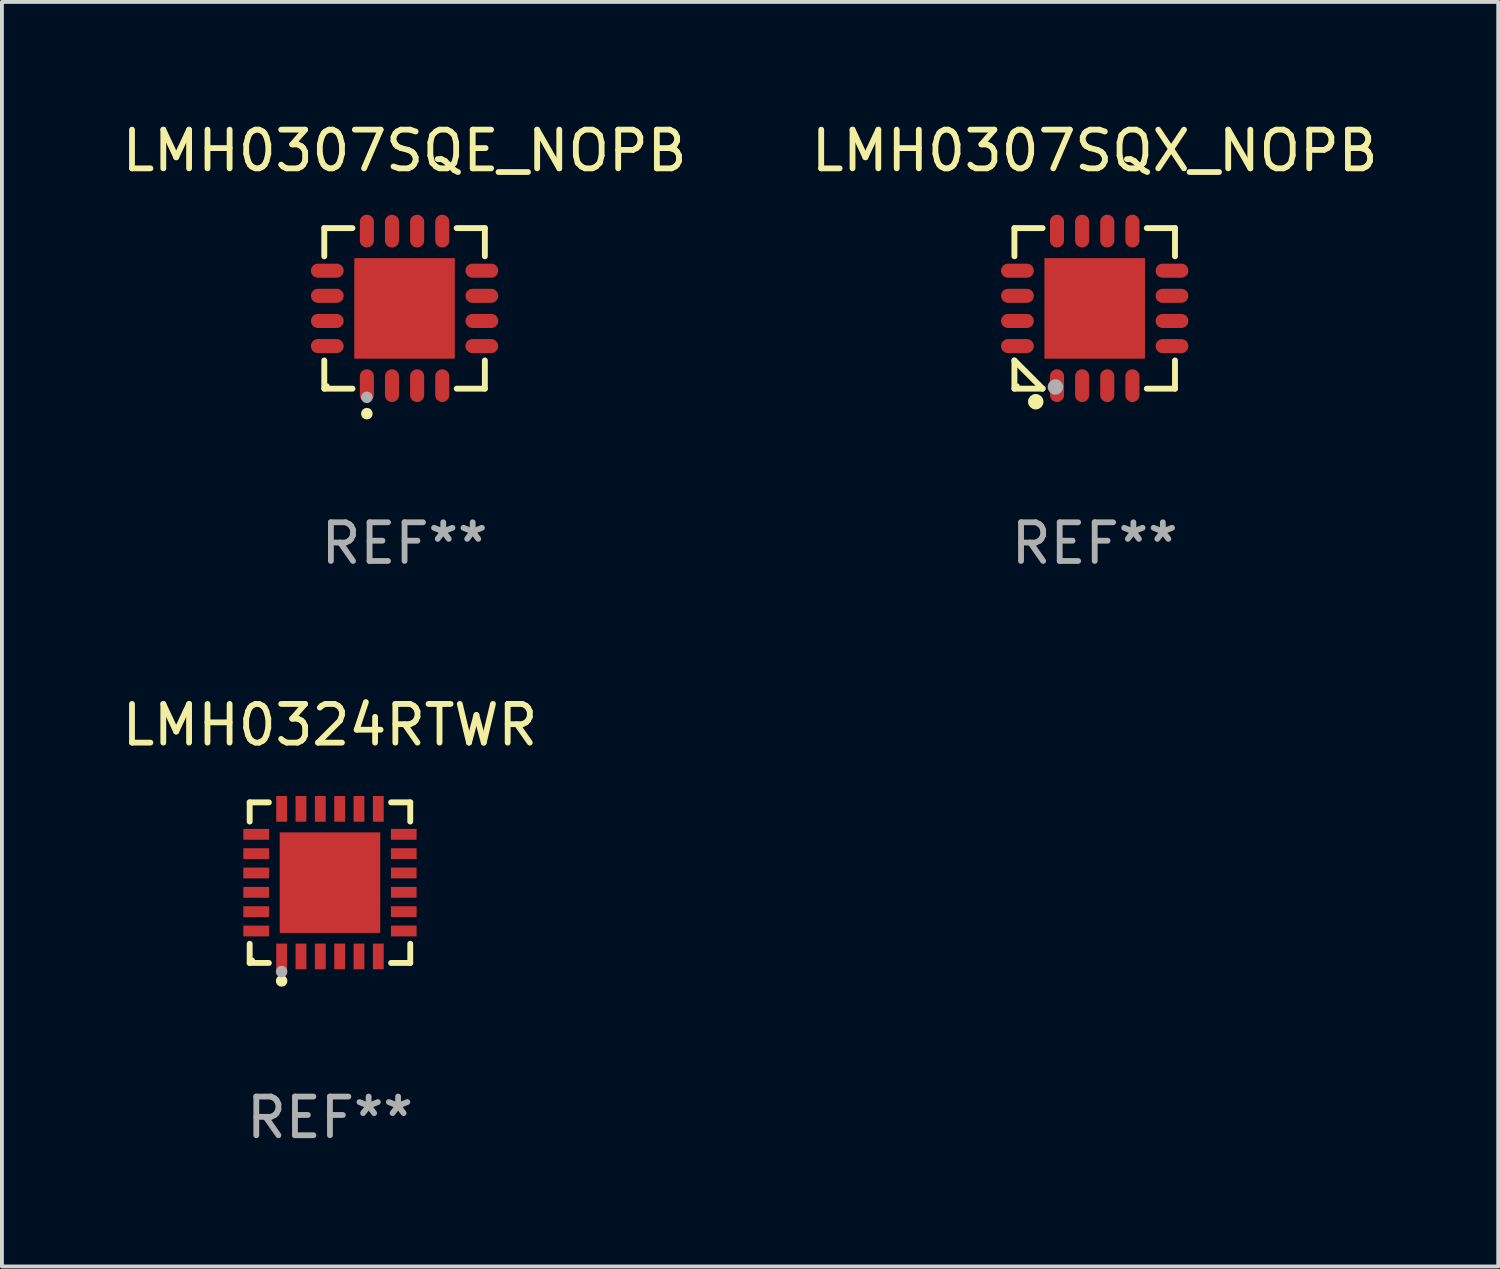
<source format=kicad_pcb>
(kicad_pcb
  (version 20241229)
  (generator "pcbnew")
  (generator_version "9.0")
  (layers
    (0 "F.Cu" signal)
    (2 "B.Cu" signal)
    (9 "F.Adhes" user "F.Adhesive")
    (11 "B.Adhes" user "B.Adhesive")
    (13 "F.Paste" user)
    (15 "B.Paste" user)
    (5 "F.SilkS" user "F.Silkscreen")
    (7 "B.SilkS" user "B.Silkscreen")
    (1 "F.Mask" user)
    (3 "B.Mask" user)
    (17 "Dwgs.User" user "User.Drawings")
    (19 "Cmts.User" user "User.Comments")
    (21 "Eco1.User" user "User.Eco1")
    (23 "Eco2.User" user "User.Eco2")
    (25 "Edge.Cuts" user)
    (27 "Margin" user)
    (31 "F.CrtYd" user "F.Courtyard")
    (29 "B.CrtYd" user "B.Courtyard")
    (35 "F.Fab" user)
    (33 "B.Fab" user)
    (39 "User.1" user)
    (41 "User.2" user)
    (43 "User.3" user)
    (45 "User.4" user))
  (footprint "LMH0307SQX_NOPB"
    (layer "F.Cu")
    (at 25.256 4.924)
    (property "Reference" "LMH0307SQX_NOPB" (at 0 -4.076 0) (layer "F.SilkS") (effects (font (size 1 1) (thickness 0.15))))
    (attr through_hole)
    (fp_line (start -2.076 -2.076) (end -1.347 -2.076) (stroke (width 0.152) (type solid)) (layer "F.SilkS"))
    (fp_line (start -2.076 -1.347) (end -2.076 -2.076) (stroke (width 0.152) (type solid)) (layer "F.SilkS"))
    (fp_line (start -2.076 1.347) (end -2.076 2.076) (stroke (width 0.152) (type solid)) (layer "F.SilkS"))
    (fp_line (start -2.076 2.076) (end -1.347 2.076) (stroke (width 0.152) (type solid)) (layer "F.SilkS"))
    (fp_line (start -1.347 2.076) (end -2.076 1.347) (stroke (width 0.152) (type solid)) (layer "F.SilkS"))
    (fp_line (start 2.076 -2.076) (end 1.347 -2.076) (stroke (width 0.152) (type solid)) (layer "F.SilkS"))
    (fp_line (start 2.076 -1.347) (end 2.076 -2.076) (stroke (width 0.152) (type solid)) (layer "F.SilkS"))
    (fp_line (start 2.076 1.347) (end 2.076 2.076) (stroke (width 0.152) (type solid)) (layer "F.SilkS"))
    (fp_line (start 2.076 2.076) (end 1.347 2.076) (stroke (width 0.152) (type solid)) (layer "F.SilkS"))
    (fp_circle (center -2 2) (end -1.97 2) (stroke (width 0.06) (type solid)) (fill no) (layer "F.SilkS"))
    (fp_circle (center -1.524 2.413) (end -1.424 2.413) (stroke (width 0.2) (type solid)) (fill no) (layer "F.SilkS"))
    (fp_circle (center -1.016 2.032) (end -0.916 2.032) (stroke (width 0.2) (type solid)) (fill no) (layer "F.Fab"))
    (fp_text user "REF**" (at 0 6.076 0) (layer "F.Fab") (effects (font (size 1 1) (thickness 0.15))))
    (pad "1" smd oval (at -0.975 1.998) (size 0.364 0.847) (layers "F.Cu" "F.Mask" "F.Paste"))
    (pad "2" smd oval (at -0.325 1.998) (size 0.364 0.847) (layers "F.Cu" "F.Mask" "F.Paste"))
    (pad "3" smd oval (at 0.325 1.998) (size 0.364 0.847) (layers "F.Cu" "F.Mask" "F.Paste"))
    (pad "4" smd oval (at 0.975 1.998) (size 0.364 0.847) (layers "F.Cu" "F.Mask" "F.Paste"))
    (pad "5" smd oval (at 1.998 0.975) (size 0.847 0.364) (layers "F.Cu" "F.Mask" "F.Paste"))
    (pad "6" smd oval (at 1.998 0.325) (size 0.847 0.364) (layers "F.Cu" "F.Mask" "F.Paste"))
    (pad "7" smd oval (at 1.998 -0.325) (size 0.847 0.364) (layers "F.Cu" "F.Mask" "F.Paste"))
    (pad "8" smd oval (at 1.998 -0.975) (size 0.847 0.364) (layers "F.Cu" "F.Mask" "F.Paste"))
    (pad "9" smd oval (at 0.975 -1.999) (size 0.364 0.847) (layers "F.Cu" "F.Mask" "F.Paste"))
    (pad "10" smd oval (at 0.325 -1.999) (size 0.364 0.847) (layers "F.Cu" "F.Mask" "F.Paste"))
    (pad "11" smd oval (at -0.325 -1.999) (size 0.364 0.847) (layers "F.Cu" "F.Mask" "F.Paste"))
    (pad "12" smd oval (at -0.975 -1.999) (size 0.364 0.847) (layers "F.Cu" "F.Mask" "F.Paste"))
    (pad "13" smd oval (at -1.998 -0.975) (size 0.847 0.364) (layers "F.Cu" "F.Mask" "F.Paste"))
    (pad "14" smd oval (at -1.998 -0.325) (size 0.847 0.364) (layers "F.Cu" "F.Mask" "F.Paste"))
    (pad "15" smd oval (at -1.998 0.325) (size 0.847 0.364) (layers "F.Cu" "F.Mask" "F.Paste"))
    (pad "16" smd oval (at -1.998 0.975) (size 0.847 0.364) (layers "F.Cu" "F.Mask" "F.Paste"))
    (pad "17" smd rect (at 0 -0.000025) (size 2.6 2.6) (layers "F.Cu" "F.Mask" "F.Paste")))
  (footprint "LMH0324RTWR"
    (layer "F.Cu")
    (at 5.482 19.773)
    (property "Reference" "LMH0324RTWR" (at 0 -4.076 0) (layer "F.SilkS") (effects (font (size 1 1) (thickness 0.15))))
    (attr through_hole)
    (fp_line (start -2.076 -2.076) (end -1.58 -2.076) (stroke (width 0.152) (type solid)) (layer "F.SilkS"))
    (fp_line (start -2.076 -1.58) (end -2.076 -2.076) (stroke (width 0.152) (type solid)) (layer "F.SilkS"))
    (fp_line (start -2.076 1.58) (end -2.076 2.076) (stroke (width 0.152) (type solid)) (layer "F.SilkS"))
    (fp_line (start -2.076 2.076) (end -1.58 2.076) (stroke (width 0.152) (type solid)) (layer "F.SilkS"))
    (fp_line (start 2.076 -2.076) (end 1.58 -2.076) (stroke (width 0.152) (type solid)) (layer "F.SilkS"))
    (fp_line (start 2.076 -1.58) (end 2.076 -2.076) (stroke (width 0.152) (type solid)) (layer "F.SilkS"))
    (fp_line (start 2.076 1.58) (end 2.076 2.076) (stroke (width 0.152) (type solid)) (layer "F.SilkS"))
    (fp_line (start 2.076 2.076) (end 1.58 2.076) (stroke (width 0.152) (type solid)) (layer "F.SilkS"))
    (fp_circle (center -2 2) (end -1.97 2) (stroke (width 0.06) (type solid)) (fill no) (layer "F.SilkS"))
    (fp_circle (center -1.25 2.54) (end -1.175 2.54) (stroke (width 0.15) (type solid)) (fill no) (layer "F.SilkS"))
    (fp_circle (center -1.25 2.3) (end -1.175 2.3) (stroke (width 0.15) (type solid)) (fill no) (layer "F.Fab"))
    (fp_text user "REF**" (at 0 6.076 0) (layer "F.Fab") (effects (font (size 1 1) (thickness 0.15))))
    (pad "1" smd rect (at -1.25 1.908) (size 0.28 0.665) (layers "F.Cu" "F.Mask" "F.Paste"))
    (pad "2" smd rect (at -0.75 1.908) (size 0.28 0.665) (layers "F.Cu" "F.Mask" "F.Paste"))
    (pad "3" smd rect (at -0.25 1.908) (size 0.28 0.665) (layers "F.Cu" "F.Mask" "F.Paste"))
    (pad "4" smd rect (at 0.25 1.908) (size 0.28 0.665) (layers "F.Cu" "F.Mask" "F.Paste"))
    (pad "5" smd rect (at 0.75 1.908) (size 0.28 0.665) (layers "F.Cu" "F.Mask" "F.Paste"))
    (pad "6" smd rect (at 1.25 1.908) (size 0.28 0.665) (layers "F.Cu" "F.Mask" "F.Paste"))
    (pad "7" smd rect (at 1.908 1.25) (size 0.665 0.28) (layers "F.Cu" "F.Mask" "F.Paste"))
    (pad "8" smd rect (at 1.908 0.75) (size 0.665 0.28) (layers "F.Cu" "F.Mask" "F.Paste"))
    (pad "9" smd rect (at 1.908 0.25) (size 0.665 0.28) (layers "F.Cu" "F.Mask" "F.Paste"))
    (pad "10" smd rect (at 1.908 -0.25) (size 0.665 0.28) (layers "F.Cu" "F.Mask" "F.Paste"))
    (pad "11" smd rect (at 1.908 -0.75) (size 0.665 0.28) (layers "F.Cu" "F.Mask" "F.Paste"))
    (pad "12" smd rect (at 1.908 -1.25) (size 0.665 0.28) (layers "F.Cu" "F.Mask" "F.Paste"))
    (pad "13" smd rect (at 1.25 -1.908) (size 0.28 0.665) (layers "F.Cu" "F.Mask" "F.Paste"))
    (pad "14" smd rect (at 0.75 -1.908) (size 0.28 0.665) (layers "F.Cu" "F.Mask" "F.Paste"))
    (pad "15" smd rect (at 0.25 -1.908) (size 0.28 0.665) (layers "F.Cu" "F.Mask" "F.Paste"))
    (pad "16" smd rect (at -0.25 -1.908) (size 0.28 0.665) (layers "F.Cu" "F.Mask" "F.Paste"))
    (pad "17" smd rect (at -0.75 -1.908) (size 0.28 0.665) (layers "F.Cu" "F.Mask" "F.Paste"))
    (pad "18" smd rect (at -1.25 -1.908) (size 0.28 0.665) (layers "F.Cu" "F.Mask" "F.Paste"))
    (pad "19" smd rect (at -1.908 -1.25) (size 0.665 0.28) (layers "F.Cu" "F.Mask" "F.Paste"))
    (pad "20" smd rect (at -1.908 -0.75) (size 0.665 0.28) (layers "F.Cu" "F.Mask" "F.Paste"))
    (pad "21" smd rect (at -1.908 -0.25) (size 0.665 0.28) (layers "F.Cu" "F.Mask" "F.Paste"))
    (pad "22" smd rect (at -1.908 0.25) (size 0.665 0.28) (layers "F.Cu" "F.Mask" "F.Paste"))
    (pad "23" smd rect (at -1.908 0.75) (size 0.665 0.28) (layers "F.Cu" "F.Mask" "F.Paste"))
    (pad "24" smd rect (at -1.908 1.25) (size 0.665 0.28) (layers "F.Cu" "F.Mask" "F.Paste"))
    (pad "25" smd rect (at 0 0) (size 2.6 2.6) (layers "F.Cu" "F.Mask" "F.Paste")))
  (footprint "LMH0307SQE_NOPB"
    (layer "F.Cu")
    (at 7.411 4.924)
    (property "Reference" "LMH0307SQE_NOPB" (at 0 -4.076 0) (layer "F.SilkS") (effects (font (size 1 1) (thickness 0.15))))
    (attr through_hole)
    (fp_line (start -2.076 -2.076) (end -1.347 -2.076) (stroke (width 0.152) (type solid)) (layer "F.SilkS"))
    (fp_line (start -2.076 -1.347) (end -2.076 -2.076) (stroke (width 0.152) (type solid)) (layer "F.SilkS"))
    (fp_line (start -2.076 1.347) (end -2.076 2.076) (stroke (width 0.152) (type solid)) (layer "F.SilkS"))
    (fp_line (start -2.076 2.076) (end -1.347 2.076) (stroke (width 0.152) (type solid)) (layer "F.SilkS"))
    (fp_line (start 2.076 -2.076) (end 1.347 -2.076) (stroke (width 0.152) (type solid)) (layer "F.SilkS"))
    (fp_line (start 2.076 -1.347) (end 2.076 -2.076) (stroke (width 0.152) (type solid)) (layer "F.SilkS"))
    (fp_line (start 2.076 1.347) (end 2.076 2.076) (stroke (width 0.152) (type solid)) (layer "F.SilkS"))
    (fp_line (start 2.076 2.076) (end 1.347 2.076) (stroke (width 0.152) (type solid)) (layer "F.SilkS"))
    (fp_circle (center -2 2) (end -1.97 2) (stroke (width 0.06) (type solid)) (fill no) (layer "F.SilkS"))
    (fp_circle (center -0.975 2.722) (end -0.9 2.722) (stroke (width 0.15) (type solid)) (fill no) (layer "F.SilkS"))
    (fp_circle (center -0.975 2.3) (end -0.9 2.3) (stroke (width 0.15) (type solid)) (fill no) (layer "F.Fab"))
    (fp_text user "REF**" (at 0 6.076 0) (layer "F.Fab") (effects (font (size 1 1) (thickness 0.15))))
    (pad "1" smd oval (at -0.975 1.998) (size 0.364 0.847) (layers "F.Cu" "F.Mask" "F.Paste"))
    (pad "2" smd oval (at -0.325 1.998) (size 0.364 0.847) (layers "F.Cu" "F.Mask" "F.Paste"))
    (pad "3" smd oval (at 0.325 1.998) (size 0.364 0.847) (layers "F.Cu" "F.Mask" "F.Paste"))
    (pad "4" smd oval (at 0.975 1.998) (size 0.364 0.847) (layers "F.Cu" "F.Mask" "F.Paste"))
    (pad "5" smd oval (at 1.998 0.975) (size 0.847 0.364) (layers "F.Cu" "F.Mask" "F.Paste"))
    (pad "6" smd oval (at 1.998 0.325) (size 0.847 0.364) (layers "F.Cu" "F.Mask" "F.Paste"))
    (pad "7" smd oval (at 1.998 -0.325) (size 0.847 0.364) (layers "F.Cu" "F.Mask" "F.Paste"))
    (pad "8" smd oval (at 1.998 -0.975) (size 0.847 0.364) (layers "F.Cu" "F.Mask" "F.Paste"))
    (pad "9" smd oval (at 0.975 -1.998) (size 0.364 0.847) (layers "F.Cu" "F.Mask" "F.Paste"))
    (pad "10" smd oval (at 0.325 -1.998) (size 0.364 0.847) (layers "F.Cu" "F.Mask" "F.Paste"))
    (pad "11" smd oval (at -0.325 -1.998) (size 0.364 0.847) (layers "F.Cu" "F.Mask" "F.Paste"))
    (pad "12" smd oval (at -0.975 -1.998) (size 0.364 0.847) (layers "F.Cu" "F.Mask" "F.Paste"))
    (pad "13" smd oval (at -1.998 -0.975) (size 0.847 0.364) (layers "F.Cu" "F.Mask" "F.Paste"))
    (pad "14" smd oval (at -1.998 -0.325) (size 0.847 0.364) (layers "F.Cu" "F.Mask" "F.Paste"))
    (pad "15" smd oval (at -1.998 0.325) (size 0.847 0.364) (layers "F.Cu" "F.Mask" "F.Paste"))
    (pad "16" smd oval (at -1.998 0.975) (size 0.847 0.364) (layers "F.Cu" "F.Mask" "F.Paste"))
    (pad "17" smd rect (at 0 0) (size 2.6 2.6) (layers "F.Cu" "F.Mask" "F.Paste")))
  (gr_rect
    (start -3 -3)
    (end 35.69 29.698)
    (stroke (width 0.1) (type default))
    (fill no)
    (layer "Edge.Cuts")))
</source>
